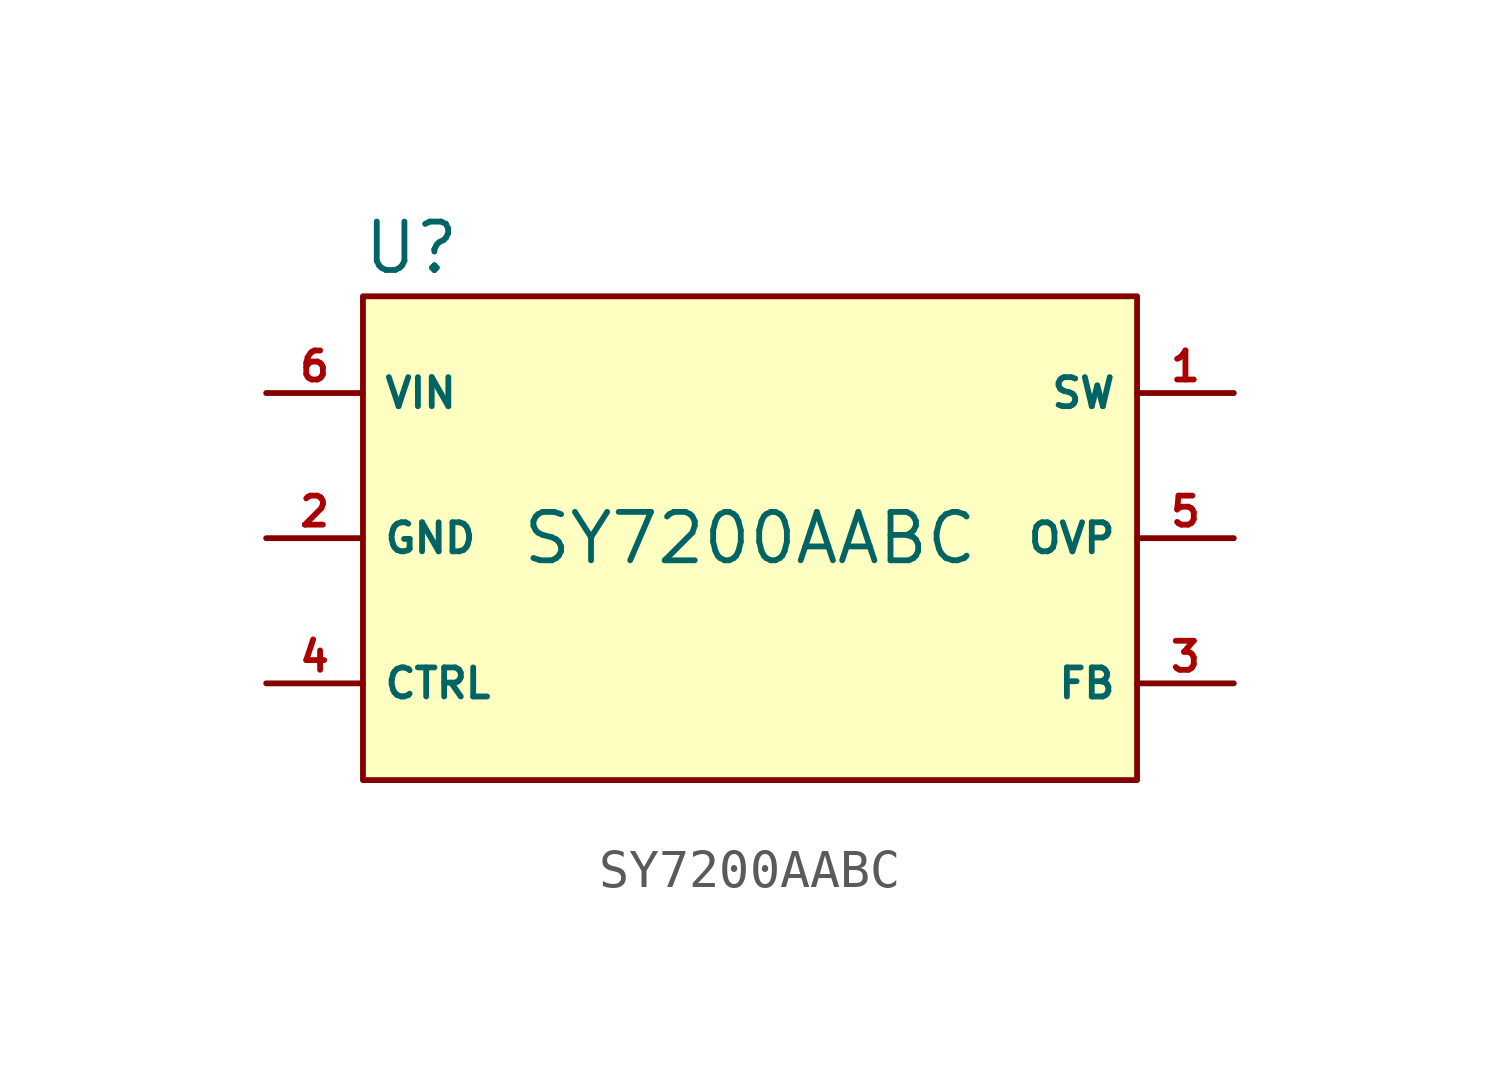
<source format=kicad_sym>
(kicad_symbol_lib
  (version 20231120)
  (generator "kicad_symbol_editor")
  (generator_version "8.0")
  (symbol "SY7200AABC"
    (property "Reference" "U"
      (at -8.89 7.62 0)
      (effects (font (size 1.27 1.27))))
    (property "Value" "SY7200AABC"
      (at 0 0 0)
      (effects (font (size 1.27 1.27))))
    (symbol "SY7200AABC_1_1"
      (rectangle (start -10.16 6.35) (end 10.16 -6.35) (stroke (width 0) (type default)) (fill (type background)))
      (pin power_out line (at 12.7 3.81 180) (length 2.54) (name "SW" (effects (font (size 0.762 0.762)))) (number "1" (effects (font (size 0.762 0.762)))))
      (pin power_in line (at -12.7 0 0) (length 2.54) (name "GND" (effects (font (size 0.762 0.762)))) (number "2" (effects (font (size 0.762 0.762)))))
      (pin power_out line (at 12.7 -3.81 180) (length 2.54) (name "FB" (effects (font (size 0.762 0.762)))) (number "3" (effects (font (size 0.762 0.762)))))
      (pin input line (at -12.7 -3.81 0) (length 2.54) (name "CTRL" (effects (font (size 0.762 0.762)))) (number "4" (effects (font (size 0.762 0.762)))))
      (pin power_out line (at 12.7 0 180) (length 2.54) (name "OVP" (effects (font (size 0.762 0.762)))) (number "5" (effects (font (size 0.762 0.762)))))
      (pin power_in line (at -12.7 3.81 0) (length 2.54) (name "VIN" (effects (font (size 0.762 0.762)))) (number "6" (effects (font (size 0.762 0.762))))))))
</source>
